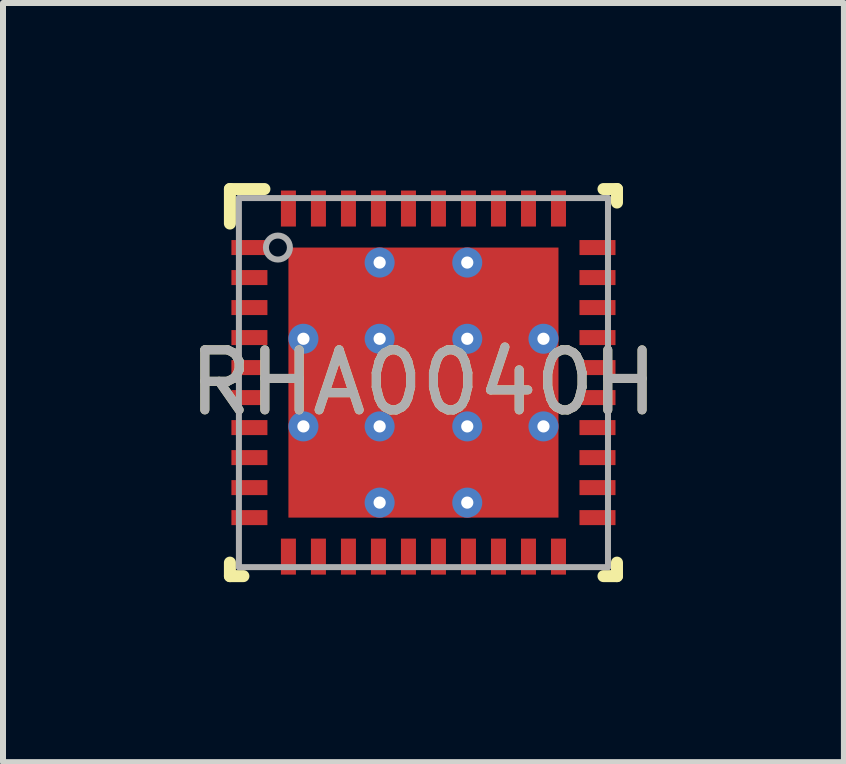
<source format=kicad_pcb>
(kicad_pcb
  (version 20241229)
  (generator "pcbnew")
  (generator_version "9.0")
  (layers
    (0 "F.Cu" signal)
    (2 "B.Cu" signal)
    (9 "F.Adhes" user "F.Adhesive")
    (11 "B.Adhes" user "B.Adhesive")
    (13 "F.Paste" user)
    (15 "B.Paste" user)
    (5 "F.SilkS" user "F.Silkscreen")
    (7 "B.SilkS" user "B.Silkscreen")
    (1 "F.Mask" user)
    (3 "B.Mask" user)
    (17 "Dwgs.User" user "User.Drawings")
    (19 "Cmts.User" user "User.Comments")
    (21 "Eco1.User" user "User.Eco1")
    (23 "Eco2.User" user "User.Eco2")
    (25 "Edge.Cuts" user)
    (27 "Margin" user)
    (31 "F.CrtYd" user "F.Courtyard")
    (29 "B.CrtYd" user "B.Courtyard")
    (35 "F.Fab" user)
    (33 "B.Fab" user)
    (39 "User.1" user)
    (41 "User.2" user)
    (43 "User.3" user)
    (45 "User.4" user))
  (footprint "RHA0040H"
    (layer "F.Cu")
    (at 4.006 3.325)
    (property "Reference" "RHA0040H" (at 0 0 0) (unlocked yes) (layer "F.SilkS") (effects (font (size 1 1) (thickness 0.15))))
    (attr smd)
    (fp_line (start -3.225 -3.225) (end -2.65 -3.225) (stroke (width 0.2) (type solid)) (layer "F.SilkS"))
    (fp_line (start -3.225 -2.65) (end -3.225 -3.225) (stroke (width 0.2) (type solid)) (layer "F.SilkS"))
    (fp_line (start -3.225 3.225) (end -3.225 3) (stroke (width 0.2) (type solid)) (layer "F.SilkS"))
    (fp_line (start -3.225 3.225) (end -3 3.225) (stroke (width 0.2) (type solid)) (layer "F.SilkS"))
    (fp_line (start 3 -3.225) (end 3.225 -3.225) (stroke (width 0.2) (type solid)) (layer "F.SilkS"))
    (fp_line (start 3 3.225) (end 3.225 3.225) (stroke (width 0.2) (type solid)) (layer "F.SilkS"))
    (fp_line (start 3.225 -3) (end 3.225 -3.225) (stroke (width 0.2) (type solid)) (layer "F.SilkS"))
    (fp_line (start 3.225 3.225) (end 3.225 3) (stroke (width 0.2) (type solid)) (layer "F.SilkS"))
    (fp_poly (pts (xy -0.83 -2.04) (xy -0.83 -0.88) (xy -0.831 -0.871) (xy -0.834 -0.861) (xy -0.838 -0.852) (xy -0.845 -0.845) (xy -0.852 -0.838) (xy -0.861 -0.834) (xy -0.871 -0.831) (xy -0.88 -0.83) (xy -2.04 -0.83) (xy -2.049 -0.831) (xy -2.059 -0.834) (xy -2.068 -0.838) (xy -2.075 -0.845) (xy -2.082 -0.852) (xy -2.086 -0.861) (xy -2.089 -0.871) (xy -2.09 -0.88) (xy -2.09 -2.04) (xy -2.089 -2.049) (xy -2.086 -2.059) (xy -2.082 -2.068) (xy -2.075 -2.075) (xy -2.068 -2.082) (xy -2.059 -2.086) (xy -2.049 -2.089) (xy -2.04 -2.09) (xy -0.88 -2.09) (xy -0.871 -2.089) (xy -0.861 -2.086) (xy -0.852 -2.082) (xy -0.845 -2.075) (xy -0.838 -2.068) (xy -0.834 -2.059) (xy -0.831 -2.049)) (stroke (width 0) (type solid)) (fill yes) (layer "F.Paste"))
    (fp_poly (pts (xy -0.83 -0.58) (xy -0.83 0.58) (xy -0.831 0.589) (xy -0.834 0.599) (xy -0.838 0.608) (xy -0.845 0.615) (xy -0.852 0.622) (xy -0.861 0.626) (xy -0.871 0.629) (xy -0.88 0.63) (xy -2.04 0.63) (xy -2.049 0.629) (xy -2.059 0.626) (xy -2.068 0.622) (xy -2.075 0.615) (xy -2.082 0.608) (xy -2.086 0.599) (xy -2.089 0.589) (xy -2.09 0.58) (xy -2.09 -0.58) (xy -2.089 -0.589) (xy -2.086 -0.599) (xy -2.082 -0.608) (xy -2.075 -0.615) (xy -2.068 -0.622) (xy -2.059 -0.626) (xy -2.049 -0.629) (xy -2.04 -0.63) (xy -0.88 -0.63) (xy -0.871 -0.629) (xy -0.861 -0.626) (xy -0.852 -0.622) (xy -0.845 -0.615) (xy -0.838 -0.608) (xy -0.834 -0.599) (xy -0.831 -0.589)) (stroke (width 0) (type solid)) (fill yes) (layer "F.Paste"))
    (fp_poly (pts (xy -0.83 0.88) (xy -0.83 2.04) (xy -0.831 2.049) (xy -0.834 2.059) (xy -0.838 2.068) (xy -0.845 2.075) (xy -0.852 2.082) (xy -0.861 2.086) (xy -0.871 2.089) (xy -0.88 2.09) (xy -2.04 2.09) (xy -2.049 2.089) (xy -2.059 2.086) (xy -2.068 2.082) (xy -2.075 2.075) (xy -2.082 2.068) (xy -2.086 2.059) (xy -2.089 2.049) (xy -2.09 2.04) (xy -2.09 0.88) (xy -2.089 0.871) (xy -2.086 0.861) (xy -2.082 0.852) (xy -2.075 0.845) (xy -2.068 0.838) (xy -2.059 0.834) (xy -2.049 0.831) (xy -2.04 0.83) (xy -0.88 0.83) (xy -0.871 0.831) (xy -0.861 0.834) (xy -0.852 0.838) (xy -0.845 0.845) (xy -0.838 0.852) (xy -0.834 0.861) (xy -0.831 0.871)) (stroke (width 0) (type solid)) (fill yes) (layer "F.Paste"))
    (fp_poly (pts (xy -0.63 -0.88) (xy -0.63 -2.04) (xy -0.629 -2.049) (xy -0.626 -2.059) (xy -0.622 -2.068) (xy -0.615 -2.075) (xy -0.608 -2.082) (xy -0.599 -2.086) (xy -0.589 -2.089) (xy -0.58 -2.09) (xy 0.58 -2.09) (xy 0.589 -2.089) (xy 0.599 -2.086) (xy 0.608 -2.082) (xy 0.615 -2.075) (xy 0.622 -2.068) (xy 0.626 -2.059) (xy 0.629 -2.049) (xy 0.63 -2.04) (xy 0.63 -0.88) (xy 0.629 -0.871) (xy 0.626 -0.861) (xy 0.622 -0.852) (xy 0.615 -0.845) (xy 0.608 -0.838) (xy 0.599 -0.834) (xy 0.589 -0.831) (xy 0.58 -0.83) (xy -0.58 -0.83) (xy -0.589 -0.831) (xy -0.599 -0.834) (xy -0.608 -0.838) (xy -0.615 -0.845) (xy -0.622 -0.852) (xy -0.626 -0.861) (xy -0.629 -0.871)) (stroke (width 0) (type solid)) (fill yes) (layer "F.Paste"))
    (fp_poly (pts (xy -0.63 0.58) (xy -0.63 -0.58) (xy -0.629 -0.589) (xy -0.626 -0.599) (xy -0.622 -0.608) (xy -0.615 -0.615) (xy -0.608 -0.622) (xy -0.599 -0.626) (xy -0.589 -0.629) (xy -0.58 -0.63) (xy 0.58 -0.63) (xy 0.589 -0.629) (xy 0.599 -0.626) (xy 0.608 -0.622) (xy 0.615 -0.615) (xy 0.622 -0.608) (xy 0.626 -0.599) (xy 0.629 -0.589) (xy 0.63 -0.58) (xy 0.63 0.58) (xy 0.629 0.589) (xy 0.626 0.599) (xy 0.622 0.608) (xy 0.615 0.615) (xy 0.608 0.622) (xy 0.599 0.626) (xy 0.589 0.629) (xy 0.58 0.63) (xy -0.58 0.63) (xy -0.589 0.629) (xy -0.599 0.626) (xy -0.608 0.622) (xy -0.615 0.615) (xy -0.622 0.608) (xy -0.626 0.599) (xy -0.629 0.589)) (stroke (width 0) (type solid)) (fill yes) (layer "F.Paste"))
    (fp_poly (pts (xy -0.63 2.04) (xy -0.63 0.88) (xy -0.629 0.871) (xy -0.626 0.861) (xy -0.622 0.852) (xy -0.615 0.845) (xy -0.608 0.838) (xy -0.599 0.834) (xy -0.589 0.831) (xy -0.58 0.83) (xy 0.58 0.83) (xy 0.589 0.831) (xy 0.599 0.834) (xy 0.608 0.838) (xy 0.615 0.845) (xy 0.622 0.852) (xy 0.626 0.861) (xy 0.629 0.871) (xy 0.63 0.88) (xy 0.63 2.04) (xy 0.629 2.049) (xy 0.626 2.059) (xy 0.622 2.068) (xy 0.615 2.075) (xy 0.608 2.082) (xy 0.599 2.086) (xy 0.589 2.089) (xy 0.58 2.09) (xy -0.58 2.09) (xy -0.589 2.089) (xy -0.599 2.086) (xy -0.608 2.082) (xy -0.615 2.075) (xy -0.622 2.068) (xy -0.626 2.059) (xy -0.629 2.049)) (stroke (width 0) (type solid)) (fill yes) (layer "F.Paste"))
    (fp_poly (pts (xy 0.83 -0.88) (xy 0.83 -2.04) (xy 0.831 -2.049) (xy 0.834 -2.059) (xy 0.838 -2.068) (xy 0.845 -2.075) (xy 0.852 -2.082) (xy 0.861 -2.086) (xy 0.871 -2.089) (xy 0.88 -2.09) (xy 2.04 -2.09) (xy 2.049 -2.089) (xy 2.059 -2.086) (xy 2.068 -2.082) (xy 2.075 -2.075) (xy 2.082 -2.068) (xy 2.086 -2.059) (xy 2.089 -2.049) (xy 2.09 -2.04) (xy 2.09 -0.88) (xy 2.089 -0.871) (xy 2.086 -0.861) (xy 2.082 -0.852) (xy 2.075 -0.845) (xy 2.068 -0.838) (xy 2.059 -0.834) (xy 2.049 -0.831) (xy 2.04 -0.83) (xy 0.88 -0.83) (xy 0.871 -0.831) (xy 0.861 -0.834) (xy 0.852 -0.838) (xy 0.845 -0.845) (xy 0.838 -0.852) (xy 0.834 -0.861) (xy 0.831 -0.871)) (stroke (width 0) (type solid)) (fill yes) (layer "F.Paste"))
    (fp_poly (pts (xy 0.83 0.58) (xy 0.83 -0.58) (xy 0.831 -0.589) (xy 0.834 -0.599) (xy 0.838 -0.608) (xy 0.845 -0.615) (xy 0.852 -0.622) (xy 0.861 -0.626) (xy 0.871 -0.629) (xy 0.88 -0.63) (xy 2.04 -0.63) (xy 2.049 -0.629) (xy 2.059 -0.626) (xy 2.068 -0.622) (xy 2.075 -0.615) (xy 2.082 -0.608) (xy 2.086 -0.599) (xy 2.089 -0.589) (xy 2.09 -0.58) (xy 2.09 0.58) (xy 2.089 0.589) (xy 2.086 0.599) (xy 2.082 0.608) (xy 2.075 0.615) (xy 2.068 0.622) (xy 2.059 0.626) (xy 2.049 0.629) (xy 2.04 0.63) (xy 0.88 0.63) (xy 0.871 0.629) (xy 0.861 0.626) (xy 0.852 0.622) (xy 0.845 0.615) (xy 0.838 0.608) (xy 0.834 0.599) (xy 0.831 0.589)) (stroke (width 0) (type solid)) (fill yes) (layer "F.Paste"))
    (fp_poly (pts (xy 0.83 2.04) (xy 0.83 0.88) (xy 0.831 0.871) (xy 0.834 0.861) (xy 0.838 0.852) (xy 0.845 0.845) (xy 0.852 0.838) (xy 0.861 0.834) (xy 0.871 0.831) (xy 0.88 0.83) (xy 2.04 0.83) (xy 2.049 0.831) (xy 2.059 0.834) (xy 2.068 0.838) (xy 2.075 0.845) (xy 2.082 0.852) (xy 2.086 0.861) (xy 2.089 0.871) (xy 2.09 0.88) (xy 2.09 2.04) (xy 2.089 2.049) (xy 2.086 2.059) (xy 2.082 2.068) (xy 2.075 2.075) (xy 2.068 2.082) (xy 2.059 2.086) (xy 2.049 2.089) (xy 2.04 2.09) (xy 0.88 2.09) (xy 0.871 2.089) (xy 0.861 2.086) (xy 0.852 2.082) (xy 0.845 2.075) (xy 0.838 2.068) (xy 0.834 2.059) (xy 0.831 2.049)) (stroke (width 0) (type solid)) (fill yes) (layer "F.Paste"))
    (fp_line (start -3.075 -3.075) (end 3.075 -3.075) (stroke (width 0.1) (type solid)) (layer "F.Fab"))
    (fp_line (start -3.075 3.075) (end -3.075 -3.075) (stroke (width 0.1) (type solid)) (layer "F.Fab"))
    (fp_line (start -3.075 3.075) (end 3.075 3.075) (stroke (width 0.1) (type solid)) (layer "F.Fab"))
    (fp_line (start 3.075 3.075) (end 3.075 -3.075) (stroke (width 0.1) (type solid)) (layer "F.Fab"))
    (fp_circle (center -2.425 -2.25) (end -2.225 -2.25) (stroke (width 0.1) (type solid)) (fill no) (layer "F.Fab"))
    (fp_text user "${REFERENCE}" (at 0 0 0) (unlocked yes) (layer "F.Fab") (effects (font (size 1 1) (thickness 0.15))))
    (pad "1" smd rect (at -2.9 -2.25 90) (size 0.25 0.6) (layers "F.Cu" "F.Mask" "F.Paste"))
    (pad "2" smd rect (at -2.9 -1.75 90) (size 0.25 0.6) (layers "F.Cu" "F.Mask" "F.Paste"))
    (pad "3" smd rect (at -2.9 -1.25 90) (size 0.25 0.6) (layers "F.Cu" "F.Mask" "F.Paste"))
    (pad "4" smd rect (at -2.9 -0.75 90) (size 0.25 0.6) (layers "F.Cu" "F.Mask" "F.Paste"))
    (pad "5" smd rect (at -2.9 -0.25 90) (size 0.25 0.6) (layers "F.Cu" "F.Mask" "F.Paste"))
    (pad "6" smd rect (at -2.9 0.25 90) (size 0.25 0.6) (layers "F.Cu" "F.Mask" "F.Paste"))
    (pad "7" smd rect (at -2.9 0.75 90) (size 0.25 0.6) (layers "F.Cu" "F.Mask" "F.Paste"))
    (pad "8" smd rect (at -2.9 1.25 90) (size 0.25 0.6) (layers "F.Cu" "F.Mask" "F.Paste"))
    (pad "9" smd rect (at -2.9 1.75 90) (size 0.25 0.6) (layers "F.Cu" "F.Mask" "F.Paste"))
    (pad "10" smd rect (at -2.9 2.25 90) (size 0.25 0.6) (layers "F.Cu" "F.Mask" "F.Paste"))
    (pad "11" smd rect (at -2.25 2.9) (size 0.25 0.6) (layers "F.Cu" "F.Mask" "F.Paste"))
    (pad "12" smd rect (at -1.75 2.9) (size 0.25 0.6) (layers "F.Cu" "F.Mask" "F.Paste"))
    (pad "13" smd rect (at -1.25 2.9) (size 0.25 0.6) (layers "F.Cu" "F.Mask" "F.Paste"))
    (pad "14" smd rect (at -0.75 2.9) (size 0.25 0.6) (layers "F.Cu" "F.Mask" "F.Paste"))
    (pad "15" smd rect (at -0.25 2.9) (size 0.25 0.6) (layers "F.Cu" "F.Mask" "F.Paste"))
    (pad "16" smd rect (at 0.25 2.9) (size 0.25 0.6) (layers "F.Cu" "F.Mask" "F.Paste"))
    (pad "17" smd rect (at 0.75 2.9) (size 0.25 0.6) (layers "F.Cu" "F.Mask" "F.Paste"))
    (pad "18" smd rect (at 1.25 2.9) (size 0.25 0.6) (layers "F.Cu" "F.Mask" "F.Paste"))
    (pad "19" smd rect (at 1.75 2.9) (size 0.25 0.6) (layers "F.Cu" "F.Mask" "F.Paste"))
    (pad "20" smd rect (at 2.25 2.9) (size 0.25 0.6) (layers "F.Cu" "F.Mask" "F.Paste"))
    (pad "21" smd rect (at 2.9 2.25 90) (size 0.25 0.6) (layers "F.Cu" "F.Mask" "F.Paste"))
    (pad "22" smd rect (at 2.9 1.75 90) (size 0.25 0.6) (layers "F.Cu" "F.Mask" "F.Paste"))
    (pad "23" smd rect (at 2.9 1.25 90) (size 0.25 0.6) (layers "F.Cu" "F.Mask" "F.Paste"))
    (pad "24" smd rect (at 2.9 0.75 90) (size 0.25 0.6) (layers "F.Cu" "F.Mask" "F.Paste"))
    (pad "25" smd rect (at 2.9 0.25 90) (size 0.25 0.6) (layers "F.Cu" "F.Mask" "F.Paste"))
    (pad "26" smd rect (at 2.9 -0.25 90) (size 0.25 0.6) (layers "F.Cu" "F.Mask" "F.Paste"))
    (pad "27" smd rect (at 2.9 -0.75 90) (size 0.25 0.6) (layers "F.Cu" "F.Mask" "F.Paste"))
    (pad "28" smd rect (at 2.9 -1.25 90) (size 0.25 0.6) (layers "F.Cu" "F.Mask" "F.Paste"))
    (pad "29" smd rect (at 2.9 -1.75 90) (size 0.25 0.6) (layers "F.Cu" "F.Mask" "F.Paste"))
    (pad "30" smd rect (at 2.9 -2.25 90) (size 0.25 0.6) (layers "F.Cu" "F.Mask" "F.Paste"))
    (pad "31" smd rect (at 2.25 -2.9) (size 0.25 0.6) (layers "F.Cu" "F.Mask" "F.Paste"))
    (pad "32" smd rect (at 1.75 -2.9) (size 0.25 0.6) (layers "F.Cu" "F.Mask" "F.Paste"))
    (pad "33" smd rect (at 1.25 -2.9) (size 0.25 0.6) (layers "F.Cu" "F.Mask" "F.Paste"))
    (pad "34" smd rect (at 0.75 -2.9) (size 0.25 0.6) (layers "F.Cu" "F.Mask" "F.Paste"))
    (pad "35" smd rect (at 0.25 -2.9) (size 0.25 0.6) (layers "F.Cu" "F.Mask" "F.Paste"))
    (pad "36" smd rect (at -0.25 -2.9) (size 0.25 0.6) (layers "F.Cu" "F.Mask" "F.Paste"))
    (pad "37" smd rect (at -0.75 -2.9) (size 0.25 0.6) (layers "F.Cu" "F.Mask" "F.Paste"))
    (pad "38" smd rect (at -1.25 -2.9) (size 0.25 0.6) (layers "F.Cu" "F.Mask" "F.Paste"))
    (pad "39" smd rect (at -1.75 -2.9) (size 0.25 0.6) (layers "F.Cu" "F.Mask" "F.Paste"))
    (pad "40" smd rect (at -2.25 -2.9) (size 0.25 0.6) (layers "F.Cu" "F.Mask" "F.Paste"))
    (pad "41" smd rect (at 0 -0.000003) (size 4.5 4.5) (layers "F.Cu" "F.Mask"))
    (pad "V" thru_hole circle (at -2 -0.73) (size 0.5 0.5) (drill 0.203) (layers "*.Cu" "*.Mask"))
    (pad "V" thru_hole circle (at -2 0.73) (size 0.5 0.5) (drill 0.203) (layers "*.Cu" "*.Mask"))
    (pad "V" thru_hole circle (at -0.73 -2) (size 0.5 0.5) (drill 0.203) (layers "*.Cu" "*.Mask"))
    (pad "V" thru_hole circle (at -0.73 -0.73) (size 0.5 0.5) (drill 0.203) (layers "*.Cu" "*.Mask"))
    (pad "V" thru_hole circle (at -0.73 0.73) (size 0.5 0.5) (drill 0.203) (layers "*.Cu" "*.Mask"))
    (pad "V" thru_hole circle (at -0.73 2) (size 0.5 0.5) (drill 0.203) (layers "*.Cu" "*.Mask"))
    (pad "V" thru_hole circle (at 0.73 -2) (size 0.5 0.5) (drill 0.203) (layers "*.Cu" "*.Mask"))
    (pad "V" thru_hole circle (at 0.73 -0.73) (size 0.5 0.5) (drill 0.203) (layers "*.Cu" "*.Mask"))
    (pad "V" thru_hole circle (at 0.73 0.73) (size 0.5 0.5) (drill 0.203) (layers "*.Cu" "*.Mask"))
    (pad "V" thru_hole circle (at 0.73 2) (size 0.5 0.5) (drill 0.203) (layers "*.Cu" "*.Mask"))
    (pad "V" thru_hole circle (at 2 -0.73) (size 0.5 0.5) (drill 0.203) (layers "*.Cu" "*.Mask"))
    (pad "V" thru_hole circle (at 2 0.73) (size 0.5 0.5) (drill 0.203) (layers "*.Cu" "*.Mask")))
  (gr_rect
    (start -3 -3)
    (end 11.012 9.65)
    (stroke (width 0.1) (type default))
    (fill no)
    (layer "Edge.Cuts")))
</source>
